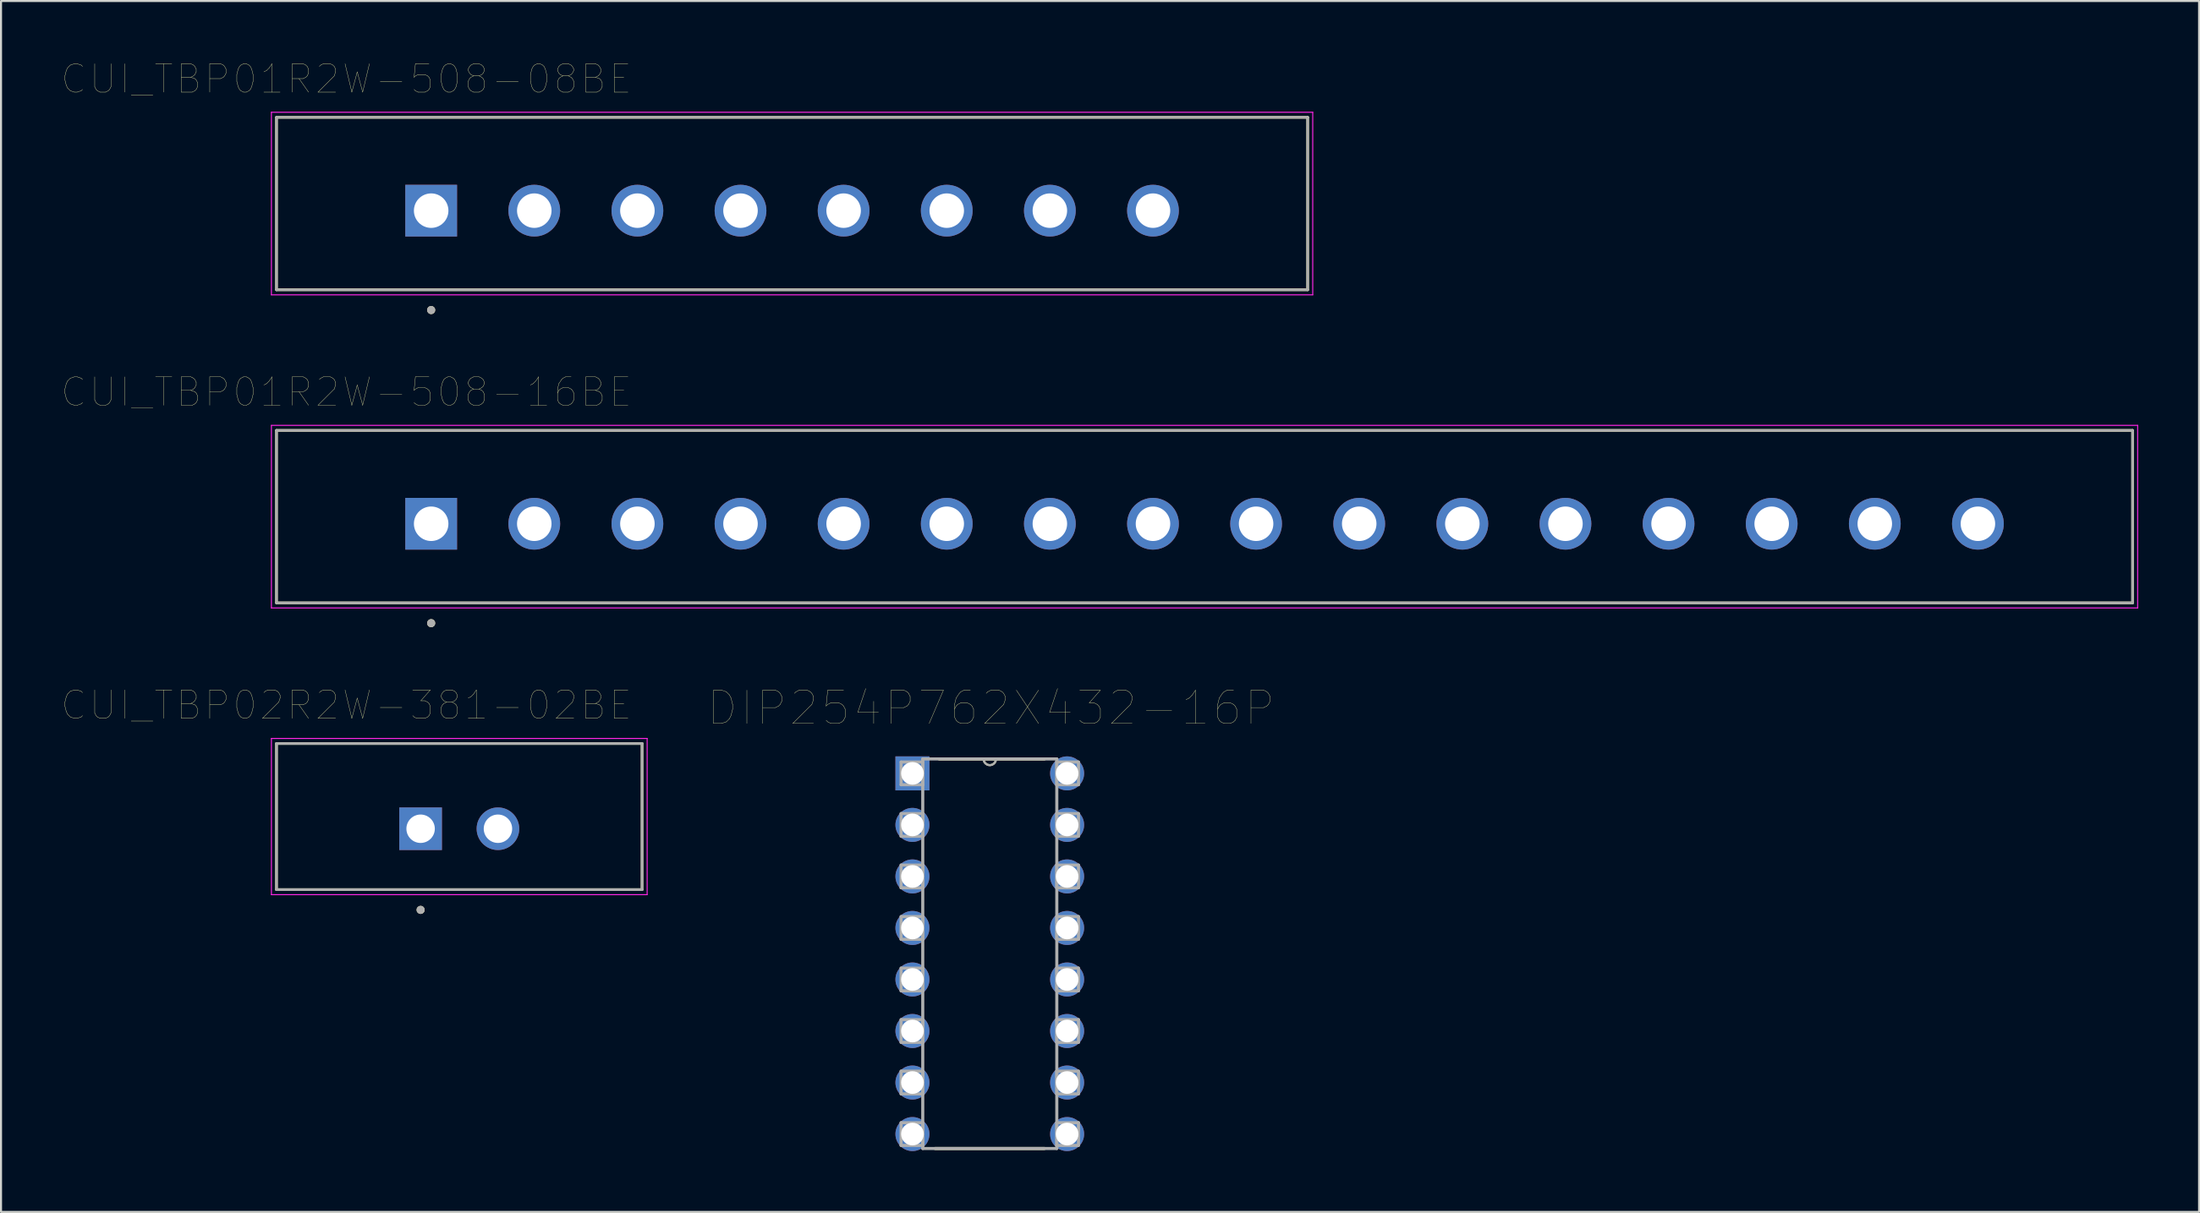
<source format=kicad_pcb>
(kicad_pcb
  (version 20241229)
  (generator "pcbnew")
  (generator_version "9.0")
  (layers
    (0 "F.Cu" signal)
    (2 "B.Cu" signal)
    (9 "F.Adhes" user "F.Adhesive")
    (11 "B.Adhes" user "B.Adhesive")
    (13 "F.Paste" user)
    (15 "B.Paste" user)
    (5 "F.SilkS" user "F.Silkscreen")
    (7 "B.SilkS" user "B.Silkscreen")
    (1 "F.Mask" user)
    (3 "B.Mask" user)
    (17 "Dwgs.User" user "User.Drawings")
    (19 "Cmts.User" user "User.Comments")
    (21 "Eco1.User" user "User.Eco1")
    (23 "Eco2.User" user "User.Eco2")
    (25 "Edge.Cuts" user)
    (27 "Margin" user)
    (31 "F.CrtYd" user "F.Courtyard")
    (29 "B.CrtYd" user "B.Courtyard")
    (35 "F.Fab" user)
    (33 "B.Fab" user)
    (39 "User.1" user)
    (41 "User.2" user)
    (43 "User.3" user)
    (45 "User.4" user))
  (footprint "CUI_TBP01R2W-508-16BE"
    (layer "F.Cu")
    (at 18.191 22.769)
    (property "Reference" "CUI_TBP01R2W-508-16BE" (at -4.175 -6.489 0) (layer "F.SilkS") (effects (font (size 1.4 1.4) (thickness 0.015))))
    (attr through_hole)
    (fp_line (start -7.62 -4.6) (end 83.82 -4.6) (stroke (width 0.127) (type solid)) (layer "F.SilkS"))
    (fp_line (start -7.62 3.9) (end -7.62 -4.6) (stroke (width 0.127) (type solid)) (layer "F.SilkS"))
    (fp_line (start 83.82 -4.6) (end 83.82 3.9) (stroke (width 0.127) (type solid)) (layer "F.SilkS"))
    (fp_line (start 83.82 3.9) (end -7.62 3.9) (stroke (width 0.127) (type solid)) (layer "F.SilkS"))
    (fp_circle (center 0 4.9) (end 0.1 4.9) (stroke (width 0.2) (type solid)) (fill no) (layer "F.SilkS"))
    (fp_line (start -7.87 -4.85) (end 84.07 -4.85) (stroke (width 0.05) (type solid)) (layer "F.CrtYd"))
    (fp_line (start -7.87 4.15) (end -7.87 -4.85) (stroke (width 0.05) (type solid)) (layer "F.CrtYd"))
    (fp_line (start 84.07 -4.85) (end 84.07 4.15) (stroke (width 0.05) (type solid)) (layer "F.CrtYd"))
    (fp_line (start 84.07 4.15) (end -7.87 4.15) (stroke (width 0.05) (type solid)) (layer "F.CrtYd"))
    (fp_line (start -7.62 -4.6) (end 83.82 -4.6) (stroke (width 0.127) (type solid)) (layer "F.Fab"))
    (fp_line (start -7.62 3.9) (end -7.62 -4.6) (stroke (width 0.127) (type solid)) (layer "F.Fab"))
    (fp_line (start 83.82 -4.6) (end 83.82 3.9) (stroke (width 0.127) (type solid)) (layer "F.Fab"))
    (fp_line (start 83.82 3.9) (end -7.62 3.9) (stroke (width 0.127) (type solid)) (layer "F.Fab"))
    (fp_circle (center 0 4.9) (end 0.1 4.9) (stroke (width 0.2) (type solid)) (fill no) (layer "F.Fab"))
    (pad "1" thru_hole rect (at 0 0) (size 2.55 2.55) (drill 1.7) (layers "*.Cu" "*.Mask"))
    (pad "2" thru_hole circle (at 5.08 0) (size 2.55 2.55) (drill 1.7) (layers "*.Cu" "*.Mask"))
    (pad "3" thru_hole circle (at 10.16 0) (size 2.55 2.55) (drill 1.7) (layers "*.Cu" "*.Mask"))
    (pad "4" thru_hole circle (at 15.24 0) (size 2.55 2.55) (drill 1.7) (layers "*.Cu" "*.Mask"))
    (pad "5" thru_hole circle (at 20.32 0) (size 2.55 2.55) (drill 1.7) (layers "*.Cu" "*.Mask"))
    (pad "6" thru_hole circle (at 25.4 0) (size 2.55 2.55) (drill 1.7) (layers "*.Cu" "*.Mask"))
    (pad "7" thru_hole circle (at 30.48 0) (size 2.55 2.55) (drill 1.7) (layers "*.Cu" "*.Mask"))
    (pad "8" thru_hole circle (at 35.56 0) (size 2.55 2.55) (drill 1.7) (layers "*.Cu" "*.Mask"))
    (pad "9" thru_hole circle (at 40.64 0) (size 2.55 2.55) (drill 1.7) (layers "*.Cu" "*.Mask"))
    (pad "10" thru_hole circle (at 45.72 0) (size 2.55 2.55) (drill 1.7) (layers "*.Cu" "*.Mask"))
    (pad "11" thru_hole circle (at 50.8 0) (size 2.55 2.55) (drill 1.7) (layers "*.Cu" "*.Mask"))
    (pad "12" thru_hole circle (at 55.88 0) (size 2.55 2.55) (drill 1.7) (layers "*.Cu" "*.Mask"))
    (pad "13" thru_hole circle (at 60.96 0) (size 2.55 2.55) (drill 1.7) (layers "*.Cu" "*.Mask"))
    (pad "14" thru_hole circle (at 66.04 0) (size 2.55 2.55) (drill 1.7) (layers "*.Cu" "*.Mask"))
    (pad "15" thru_hole circle (at 71.12 0) (size 2.55 2.55) (drill 1.7) (layers "*.Cu" "*.Mask"))
    (pad "16" thru_hole circle (at 76.2 0) (size 2.55 2.55) (drill 1.7) (layers "*.Cu" "*.Mask")))
  (footprint "CUI_TBP02R2W-381-02BE"
    (layer "F.Cu")
    (at 17.671 37.803)
    (property "Reference" "CUI_TBP02R2W-381-02BE" (at -3.655 -6.089 0) (layer "F.SilkS") (effects (font (size 1.4 1.4) (thickness 0.015))))
    (attr through_hole)
    (fp_line (start -7.1 -4.2) (end 10.91 -4.2) (stroke (width 0.127) (type solid)) (layer "F.SilkS"))
    (fp_line (start -7.1 3) (end -7.1 -4.2) (stroke (width 0.127) (type solid)) (layer "F.SilkS"))
    (fp_line (start 10.91 -4.2) (end 10.91 3) (stroke (width 0.127) (type solid)) (layer "F.SilkS"))
    (fp_line (start 10.91 3) (end -7.1 3) (stroke (width 0.127) (type solid)) (layer "F.SilkS"))
    (fp_circle (center 0 4) (end 0.1 4) (stroke (width 0.2) (type solid)) (fill no) (layer "F.SilkS"))
    (fp_line (start -7.35 -4.45) (end 11.16 -4.45) (stroke (width 0.05) (type solid)) (layer "F.CrtYd"))
    (fp_line (start -7.35 3.25) (end -7.35 -4.45) (stroke (width 0.05) (type solid)) (layer "F.CrtYd"))
    (fp_line (start 11.16 -4.45) (end 11.16 3.25) (stroke (width 0.05) (type solid)) (layer "F.CrtYd"))
    (fp_line (start 11.16 3.25) (end -7.35 3.25) (stroke (width 0.05) (type solid)) (layer "F.CrtYd"))
    (fp_line (start -7.1 -4.2) (end 10.91 -4.2) (stroke (width 0.127) (type solid)) (layer "F.Fab"))
    (fp_line (start -7.1 3) (end -7.1 -4.2) (stroke (width 0.127) (type solid)) (layer "F.Fab"))
    (fp_line (start 10.91 -4.2) (end 10.91 3) (stroke (width 0.127) (type solid)) (layer "F.Fab"))
    (fp_line (start 10.91 3) (end -7.1 3) (stroke (width 0.127) (type solid)) (layer "F.Fab"))
    (fp_circle (center 0 4) (end 0.1 4) (stroke (width 0.2) (type solid)) (fill no) (layer "F.Fab"))
    (pad "1" thru_hole rect (at 0 0) (size 2.1 2.1) (drill 1.4) (layers "*.Cu" "*.Mask"))
    (pad "2" thru_hole circle (at 3.81 0) (size 2.1 2.1) (drill 1.4) (layers "*.Cu" "*.Mask")))
  (footprint "DIP254P762X432-16P"
    (layer "F.Cu")
    (at 49.521 52.854)
    (property "Reference" "DIP254P762X432-16P" (at -3.75 -21 0) (layer "F.SilkS") (effects (font (size 1.64 1.64) (thickness 0.015))))
    (attr through_hole)
    (fp_line (start -6.502 0.711) (end -1.118 0.711) (stroke (width 0.152) (type solid)) (layer "F.SilkS"))
    (fp_line (start -4.115 -18.491) (end -6.299 -18.491) (stroke (width 0.152) (type solid)) (layer "F.SilkS"))
    (fp_line (start -3.505 -18.491) (end -4.115 -18.491) (stroke (width 0.152) (type solid)) (layer "F.SilkS"))
    (fp_line (start -1.118 -18.491) (end -3.505 -18.491) (stroke (width 0.152) (type solid)) (layer "F.SilkS"))
    (fp_arc (start -3.5052 -18.4912) (mid -3.81 -18.1864) (end -4.1148 -18.4912) (stroke (width 0.1) (type solid)) (layer "F.SilkS"))
    (fp_line (start -8.179 -18.339) (end -8.179 -17.221) (stroke (width 0.152) (type solid)) (layer "F.Fab"))
    (fp_line (start -8.179 -17.221) (end -7.112 -17.221) (stroke (width 0.152) (type solid)) (layer "F.Fab"))
    (fp_line (start -8.179 -15.799) (end -8.179 -14.681) (stroke (width 0.152) (type solid)) (layer "F.Fab"))
    (fp_line (start -8.179 -14.681) (end -7.112 -14.681) (stroke (width 0.152) (type solid)) (layer "F.Fab"))
    (fp_line (start -8.179 -13.259) (end -8.179 -12.141) (stroke (width 0.152) (type solid)) (layer "F.Fab"))
    (fp_line (start -8.179 -12.141) (end -7.112 -12.141) (stroke (width 0.152) (type solid)) (layer "F.Fab"))
    (fp_line (start -8.179 -10.719) (end -8.179 -9.601) (stroke (width 0.152) (type solid)) (layer "F.Fab"))
    (fp_line (start -8.179 -9.601) (end -7.112 -9.601) (stroke (width 0.152) (type solid)) (layer "F.Fab"))
    (fp_line (start -8.179 -8.179) (end -8.179 -7.061) (stroke (width 0.152) (type solid)) (layer "F.Fab"))
    (fp_line (start -8.179 -7.061) (end -7.112 -7.061) (stroke (width 0.152) (type solid)) (layer "F.Fab"))
    (fp_line (start -8.179 -5.639) (end -8.179 -4.521) (stroke (width 0.152) (type solid)) (layer "F.Fab"))
    (fp_line (start -8.179 -4.521) (end -7.112 -4.521) (stroke (width 0.152) (type solid)) (layer "F.Fab"))
    (fp_line (start -8.179 -3.099) (end -8.179 -1.981) (stroke (width 0.152) (type solid)) (layer "F.Fab"))
    (fp_line (start -8.179 -1.981) (end -7.112 -1.981) (stroke (width 0.152) (type solid)) (layer "F.Fab"))
    (fp_line (start -8.179 -0.559) (end -8.179 0.559) (stroke (width 0.152) (type solid)) (layer "F.Fab"))
    (fp_line (start -8.179 0.559) (end -7.112 0.559) (stroke (width 0.152) (type solid)) (layer "F.Fab"))
    (fp_line (start -7.112 -18.491) (end -7.112 0.711) (stroke (width 0.152) (type solid)) (layer "F.Fab"))
    (fp_line (start -7.112 -18.339) (end -8.179 -18.339) (stroke (width 0.152) (type solid)) (layer "F.Fab"))
    (fp_line (start -7.112 -17.221) (end -7.112 -18.339) (stroke (width 0.152) (type solid)) (layer "F.Fab"))
    (fp_line (start -7.112 -15.799) (end -8.179 -15.799) (stroke (width 0.152) (type solid)) (layer "F.Fab"))
    (fp_line (start -7.112 -14.681) (end -7.112 -15.799) (stroke (width 0.152) (type solid)) (layer "F.Fab"))
    (fp_line (start -7.112 -13.259) (end -8.179 -13.259) (stroke (width 0.152) (type solid)) (layer "F.Fab"))
    (fp_line (start -7.112 -12.141) (end -7.112 -13.259) (stroke (width 0.152) (type solid)) (layer "F.Fab"))
    (fp_line (start -7.112 -10.719) (end -8.179 -10.719) (stroke (width 0.152) (type solid)) (layer "F.Fab"))
    (fp_line (start -7.112 -9.601) (end -7.112 -10.719) (stroke (width 0.152) (type solid)) (layer "F.Fab"))
    (fp_line (start -7.112 -8.179) (end -8.179 -8.179) (stroke (width 0.152) (type solid)) (layer "F.Fab"))
    (fp_line (start -7.112 -7.061) (end -7.112 -8.179) (stroke (width 0.152) (type solid)) (layer "F.Fab"))
    (fp_line (start -7.112 -5.639) (end -8.179 -5.639) (stroke (width 0.152) (type solid)) (layer "F.Fab"))
    (fp_line (start -7.112 -4.521) (end -7.112 -5.639) (stroke (width 0.152) (type solid)) (layer "F.Fab"))
    (fp_line (start -7.112 -3.099) (end -8.179 -3.099) (stroke (width 0.152) (type solid)) (layer "F.Fab"))
    (fp_line (start -7.112 -1.981) (end -7.112 -3.099) (stroke (width 0.152) (type solid)) (layer "F.Fab"))
    (fp_line (start -7.112 -0.559) (end -8.179 -0.559) (stroke (width 0.152) (type solid)) (layer "F.Fab"))
    (fp_line (start -7.112 0.559) (end -7.112 -0.559) (stroke (width 0.152) (type solid)) (layer "F.Fab"))
    (fp_line (start -7.112 0.711) (end -0.508 0.711) (stroke (width 0.152) (type solid)) (layer "F.Fab"))
    (fp_line (start -4.115 -18.491) (end -7.112 -18.491) (stroke (width 0.152) (type solid)) (layer "F.Fab"))
    (fp_line (start -3.505 -18.491) (end -4.115 -18.491) (stroke (width 0.152) (type solid)) (layer "F.Fab"))
    (fp_line (start -0.508 -18.491) (end -3.505 -18.491) (stroke (width 0.152) (type solid)) (layer "F.Fab"))
    (fp_line (start -0.508 -18.339) (end -0.508 -17.221) (stroke (width 0.152) (type solid)) (layer "F.Fab"))
    (fp_line (start -0.508 -17.221) (end 0.559 -17.221) (stroke (width 0.152) (type solid)) (layer "F.Fab"))
    (fp_line (start -0.508 -15.799) (end -0.508 -14.681) (stroke (width 0.152) (type solid)) (layer "F.Fab"))
    (fp_line (start -0.508 -14.681) (end 0.559 -14.681) (stroke (width 0.152) (type solid)) (layer "F.Fab"))
    (fp_line (start -0.508 -13.259) (end -0.508 -12.141) (stroke (width 0.152) (type solid)) (layer "F.Fab"))
    (fp_line (start -0.508 -12.141) (end 0.559 -12.141) (stroke (width 0.152) (type solid)) (layer "F.Fab"))
    (fp_line (start -0.508 -10.719) (end -0.508 -9.601) (stroke (width 0.152) (type solid)) (layer "F.Fab"))
    (fp_line (start -0.508 -9.601) (end 0.559 -9.601) (stroke (width 0.152) (type solid)) (layer "F.Fab"))
    (fp_line (start -0.508 -8.179) (end -0.508 -7.061) (stroke (width 0.152) (type solid)) (layer "F.Fab"))
    (fp_line (start -0.508 -7.061) (end 0.559 -7.061) (stroke (width 0.152) (type solid)) (layer "F.Fab"))
    (fp_line (start -0.508 -5.639) (end -0.508 -4.521) (stroke (width 0.152) (type solid)) (layer "F.Fab"))
    (fp_line (start -0.508 -4.521) (end 0.559 -4.521) (stroke (width 0.152) (type solid)) (layer "F.Fab"))
    (fp_line (start -0.508 -3.099) (end -0.508 -1.981) (stroke (width 0.152) (type solid)) (layer "F.Fab"))
    (fp_line (start -0.508 -1.981) (end 0.559 -1.981) (stroke (width 0.152) (type solid)) (layer "F.Fab"))
    (fp_line (start -0.508 -0.559) (end -0.508 0.559) (stroke (width 0.152) (type solid)) (layer "F.Fab"))
    (fp_line (start -0.508 0.559) (end 0.559 0.559) (stroke (width 0.152) (type solid)) (layer "F.Fab"))
    (fp_line (start -0.508 0.711) (end -0.508 -18.491) (stroke (width 0.152) (type solid)) (layer "F.Fab"))
    (fp_line (start 0.559 -18.339) (end -0.508 -18.339) (stroke (width 0.152) (type solid)) (layer "F.Fab"))
    (fp_line (start 0.559 -17.221) (end 0.559 -18.339) (stroke (width 0.152) (type solid)) (layer "F.Fab"))
    (fp_line (start 0.559 -15.799) (end -0.508 -15.799) (stroke (width 0.152) (type solid)) (layer "F.Fab"))
    (fp_line (start 0.559 -14.681) (end 0.559 -15.799) (stroke (width 0.152) (type solid)) (layer "F.Fab"))
    (fp_line (start 0.559 -13.259) (end -0.508 -13.259) (stroke (width 0.152) (type solid)) (layer "F.Fab"))
    (fp_line (start 0.559 -12.141) (end 0.559 -13.259) (stroke (width 0.152) (type solid)) (layer "F.Fab"))
    (fp_line (start 0.559 -10.719) (end -0.508 -10.719) (stroke (width 0.152) (type solid)) (layer "F.Fab"))
    (fp_line (start 0.559 -9.601) (end 0.559 -10.719) (stroke (width 0.152) (type solid)) (layer "F.Fab"))
    (fp_line (start 0.559 -8.179) (end -0.508 -8.179) (stroke (width 0.152) (type solid)) (layer "F.Fab"))
    (fp_line (start 0.559 -7.061) (end 0.559 -8.179) (stroke (width 0.152) (type solid)) (layer "F.Fab"))
    (fp_line (start 0.559 -5.639) (end -0.508 -5.639) (stroke (width 0.152) (type solid)) (layer "F.Fab"))
    (fp_line (start 0.559 -4.521) (end 0.559 -5.639) (stroke (width 0.152) (type solid)) (layer "F.Fab"))
    (fp_line (start 0.559 -3.099) (end -0.508 -3.099) (stroke (width 0.152) (type solid)) (layer "F.Fab"))
    (fp_line (start 0.559 -1.981) (end 0.559 -3.099) (stroke (width 0.152) (type solid)) (layer "F.Fab"))
    (fp_line (start 0.559 -0.559) (end -0.508 -0.559) (stroke (width 0.152) (type solid)) (layer "F.Fab"))
    (fp_line (start 0.559 0.559) (end 0.559 -0.559) (stroke (width 0.152) (type solid)) (layer "F.Fab"))
    (fp_arc (start -3.5052 -18.4912) (mid -3.81 -18.1864) (end -4.1148 -18.4912) (stroke (width 0.1) (type solid)) (layer "F.Fab"))
    (pad "1" thru_hole rect (at -7.62 -17.78) (size 1.676 1.676) (drill 1.118) (layers "*.Cu" "*.Mask"))
    (pad "2" thru_hole circle (at -7.62 -15.24) (size 1.676 1.676) (drill 1.118) (layers "*.Cu" "*.Mask"))
    (pad "3" thru_hole circle (at -7.62 -12.7) (size 1.676 1.676) (drill 1.118) (layers "*.Cu" "*.Mask"))
    (pad "4" thru_hole circle (at -7.62 -10.16) (size 1.676 1.676) (drill 1.118) (layers "*.Cu" "*.Mask"))
    (pad "5" thru_hole circle (at -7.62 -7.62) (size 1.676 1.676) (drill 1.118) (layers "*.Cu" "*.Mask"))
    (pad "6" thru_hole circle (at -7.62 -5.08) (size 1.676 1.676) (drill 1.118) (layers "*.Cu" "*.Mask"))
    (pad "7" thru_hole circle (at -7.62 -2.54) (size 1.676 1.676) (drill 1.118) (layers "*.Cu" "*.Mask"))
    (pad "8" thru_hole circle (at -7.62 0) (size 1.676 1.676) (drill 1.118) (layers "*.Cu" "*.Mask"))
    (pad "9" thru_hole circle (at 0 0) (size 1.676 1.676) (drill 1.118) (layers "*.Cu" "*.Mask"))
    (pad "10" thru_hole circle (at 0 -2.54) (size 1.676 1.676) (drill 1.118) (layers "*.Cu" "*.Mask"))
    (pad "11" thru_hole circle (at 0 -5.08) (size 1.676 1.676) (drill 1.118) (layers "*.Cu" "*.Mask"))
    (pad "12" thru_hole circle (at 0 -7.62) (size 1.676 1.676) (drill 1.118) (layers "*.Cu" "*.Mask"))
    (pad "13" thru_hole circle (at 0 -10.16) (size 1.676 1.676) (drill 1.118) (layers "*.Cu" "*.Mask"))
    (pad "14" thru_hole circle (at 0 -12.7) (size 1.676 1.676) (drill 1.118) (layers "*.Cu" "*.Mask"))
    (pad "15" thru_hole circle (at 0 -15.24) (size 1.676 1.676) (drill 1.118) (layers "*.Cu" "*.Mask"))
    (pad "16" thru_hole circle (at 0 -17.78) (size 1.676 1.676) (drill 1.118) (layers "*.Cu" "*.Mask")))
  (footprint "CUI_TBP01R2W-508-08BE"
    (layer "F.Cu")
    (at 18.191 7.334)
    (property "Reference" "CUI_TBP01R2W-508-08BE" (at -4.175 -6.489 0) (layer "F.SilkS") (effects (font (size 1.4 1.4) (thickness 0.015))))
    (attr through_hole)
    (fp_line (start -7.62 -4.6) (end 43.18 -4.6) (stroke (width 0.127) (type solid)) (layer "F.SilkS"))
    (fp_line (start -7.62 3.9) (end -7.62 -4.6) (stroke (width 0.127) (type solid)) (layer "F.SilkS"))
    (fp_line (start 43.18 -4.6) (end 43.18 3.9) (stroke (width 0.127) (type solid)) (layer "F.SilkS"))
    (fp_line (start 43.18 3.9) (end -7.62 3.9) (stroke (width 0.127) (type solid)) (layer "F.SilkS"))
    (fp_circle (center 0 4.9) (end 0.1 4.9) (stroke (width 0.2) (type solid)) (fill no) (layer "F.SilkS"))
    (fp_line (start -7.87 -4.85) (end 43.43 -4.85) (stroke (width 0.05) (type solid)) (layer "F.CrtYd"))
    (fp_line (start -7.87 4.15) (end -7.87 -4.85) (stroke (width 0.05) (type solid)) (layer "F.CrtYd"))
    (fp_line (start 43.43 -4.85) (end 43.43 4.15) (stroke (width 0.05) (type solid)) (layer "F.CrtYd"))
    (fp_line (start 43.43 4.15) (end -7.87 4.15) (stroke (width 0.05) (type solid)) (layer "F.CrtYd"))
    (fp_line (start -7.62 -4.6) (end 43.18 -4.6) (stroke (width 0.127) (type solid)) (layer "F.Fab"))
    (fp_line (start -7.62 3.9) (end -7.62 -4.6) (stroke (width 0.127) (type solid)) (layer "F.Fab"))
    (fp_line (start 43.18 -4.6) (end 43.18 3.9) (stroke (width 0.127) (type solid)) (layer "F.Fab"))
    (fp_line (start 43.18 3.9) (end -7.62 3.9) (stroke (width 0.127) (type solid)) (layer "F.Fab"))
    (fp_circle (center 0 4.9) (end 0.1 4.9) (stroke (width 0.2) (type solid)) (fill no) (layer "F.Fab"))
    (pad "1" thru_hole rect (at 0 0) (size 2.55 2.55) (drill 1.7) (layers "*.Cu" "*.Mask"))
    (pad "2" thru_hole circle (at 5.08 0) (size 2.55 2.55) (drill 1.7) (layers "*.Cu" "*.Mask"))
    (pad "3" thru_hole circle (at 10.16 0) (size 2.55 2.55) (drill 1.7) (layers "*.Cu" "*.Mask"))
    (pad "4" thru_hole circle (at 15.24 0) (size 2.55 2.55) (drill 1.7) (layers "*.Cu" "*.Mask"))
    (pad "5" thru_hole circle (at 20.32 0) (size 2.55 2.55) (drill 1.7) (layers "*.Cu" "*.Mask"))
    (pad "6" thru_hole circle (at 25.4 0) (size 2.55 2.55) (drill 1.7) (layers "*.Cu" "*.Mask"))
    (pad "7" thru_hole circle (at 30.48 0) (size 2.55 2.55) (drill 1.7) (layers "*.Cu" "*.Mask"))
    (pad "8" thru_hole circle (at 35.56 0) (size 2.55 2.55) (drill 1.7) (layers "*.Cu" "*.Mask")))
  (gr_rect
    (start -3 -3)
    (end 105.286 56.693)
    (stroke (width 0.1) (type default))
    (fill no)
    (layer "Edge.Cuts")))
</source>
